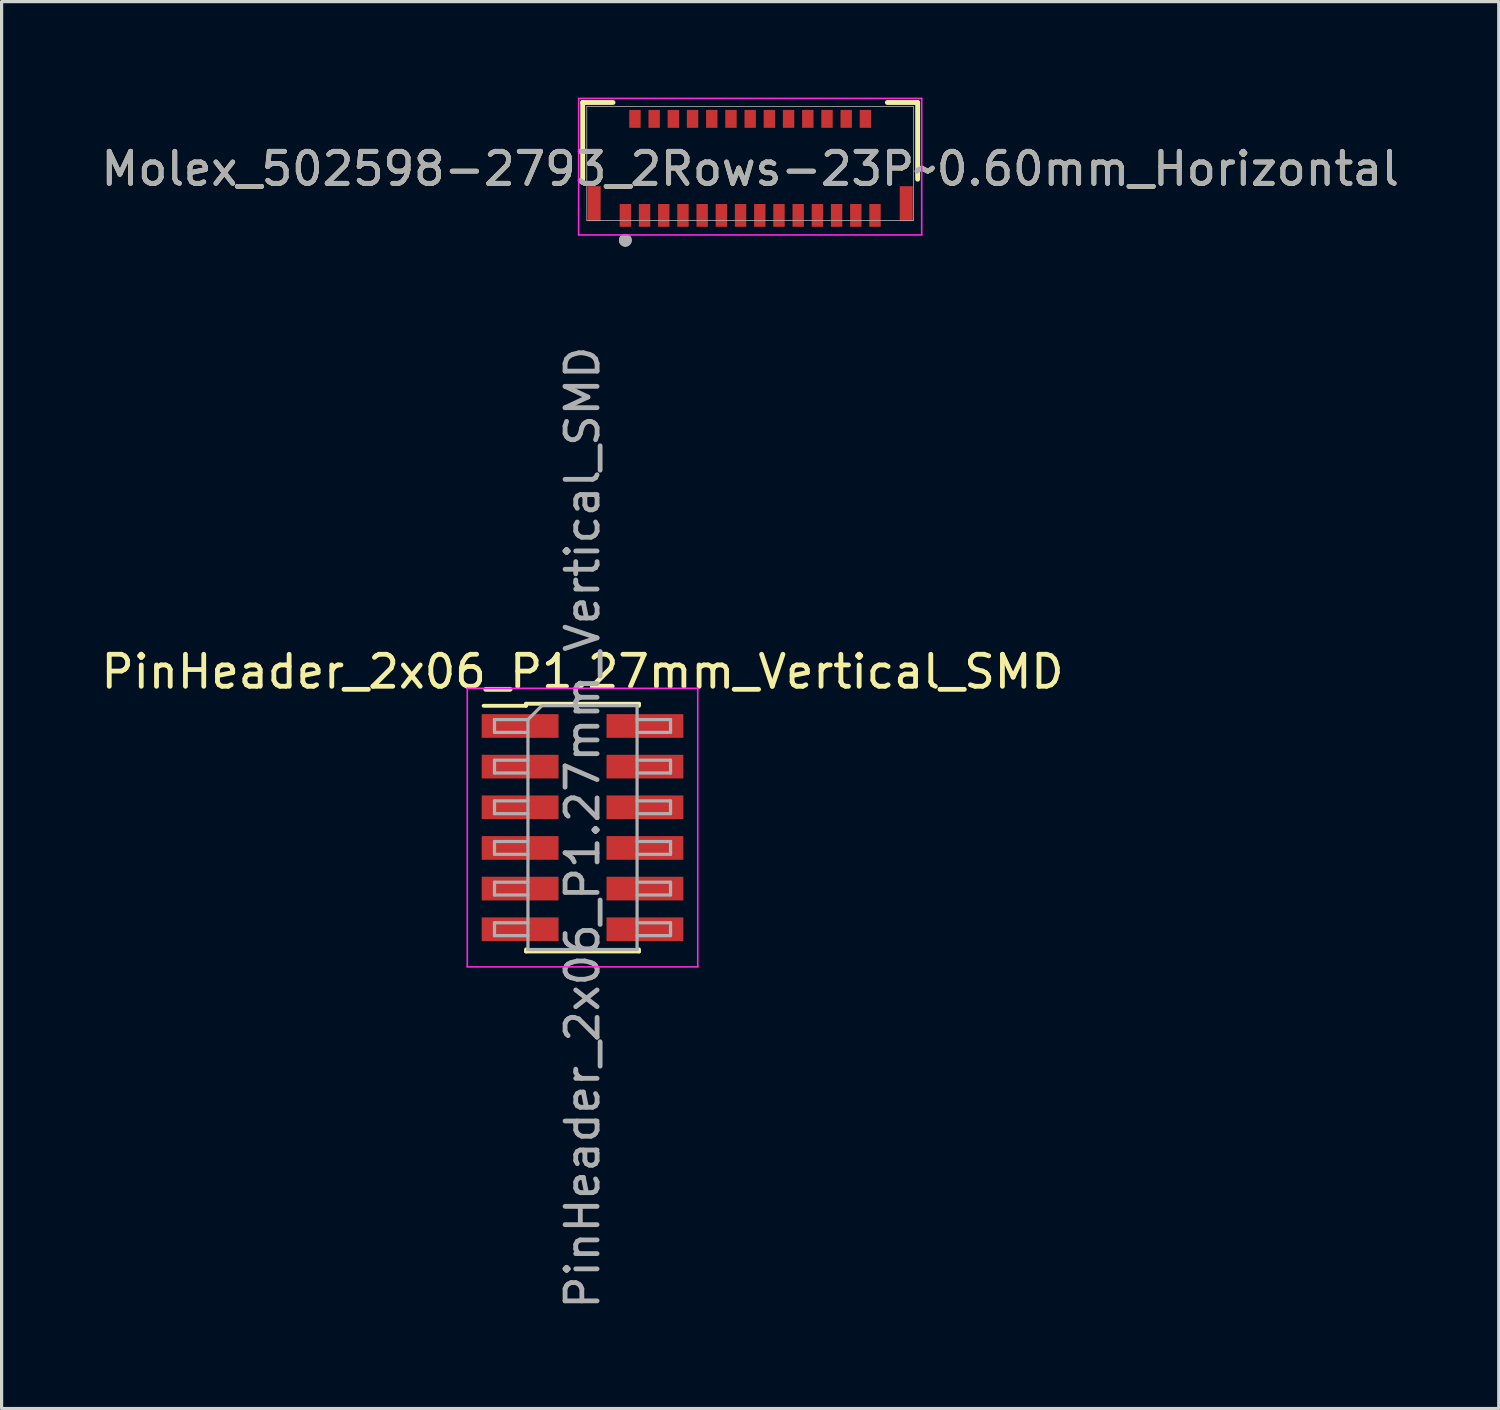
<source format=kicad_pcb>
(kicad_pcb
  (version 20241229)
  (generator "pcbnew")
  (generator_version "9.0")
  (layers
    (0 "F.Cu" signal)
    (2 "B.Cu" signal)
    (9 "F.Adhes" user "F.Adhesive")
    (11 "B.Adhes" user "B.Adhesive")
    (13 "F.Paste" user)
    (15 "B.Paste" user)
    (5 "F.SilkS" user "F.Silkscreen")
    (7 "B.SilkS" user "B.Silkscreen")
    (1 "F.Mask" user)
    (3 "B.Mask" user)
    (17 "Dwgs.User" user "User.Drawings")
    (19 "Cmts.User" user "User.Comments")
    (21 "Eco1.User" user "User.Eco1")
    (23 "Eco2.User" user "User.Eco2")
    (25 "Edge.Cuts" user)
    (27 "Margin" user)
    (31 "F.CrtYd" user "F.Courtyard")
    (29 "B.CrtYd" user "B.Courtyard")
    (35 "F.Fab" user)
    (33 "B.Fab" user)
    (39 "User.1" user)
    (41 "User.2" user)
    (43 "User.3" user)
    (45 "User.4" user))
  (footprint "Molex_502598-2793_2Rows-23P~0.60mm_Horizontal"
    (layer "F.Cu")
    (at 20.387 2.057)
    (property "Reference" "Molex_502598-2793_2Rows-23P~0.60mm_Horizontal" (at 0 0.166 0) (unlocked yes) (layer "F.SilkS") (effects (font (size 1 1) (thickness 0.15))))
    (attr smd)
    (fp_line (start -5.232 -1.905) (end -5.232 0.491) (stroke (width 0.152) (type solid)) (layer "F.SilkS"))
    (fp_line (start -4.286 -1.905) (end -5.232 -1.905) (stroke (width 0.152) (type solid)) (layer "F.SilkS"))
    (fp_line (start 5.232 -1.905) (end 4.286 -1.905) (stroke (width 0.152) (type solid)) (layer "F.SilkS"))
    (fp_line (start 5.232 0.491) (end 5.232 -1.905) (stroke (width 0.152) (type solid)) (layer "F.SilkS"))
    (fp_circle (center -3.9 2.4) (end -3.8 2.4) (stroke (width 0.2) (type solid)) (fill no) (layer "F.SilkS"))
    (fp_line (start -5.359 -2.032) (end -5.359 2.232) (stroke (width 0.05) (type solid)) (layer "F.CrtYd"))
    (fp_line (start -5.359 2.232) (end 5.359 2.232) (stroke (width 0.05) (type solid)) (layer "F.CrtYd"))
    (fp_line (start 5.359 -2.032) (end -5.359 -2.032) (stroke (width 0.05) (type solid)) (layer "F.CrtYd"))
    (fp_line (start 5.359 2.232) (end 5.359 -2.032) (stroke (width 0.05) (type solid)) (layer "F.CrtYd"))
    (fp_line (start -5.105 -1.778) (end -5.105 1.778) (stroke (width 0.025) (type solid)) (layer "F.Fab"))
    (fp_line (start -5.105 1.778) (end 5.105 1.778) (stroke (width 0.025) (type solid)) (layer "F.Fab"))
    (fp_line (start 5.105 -1.778) (end -5.105 -1.778) (stroke (width 0.025) (type solid)) (layer "F.Fab"))
    (fp_line (start 5.105 1.778) (end 5.105 -1.778) (stroke (width 0.025) (type solid)) (layer "F.Fab"))
    (fp_circle (center -3.9 2.4) (end -3.8 2.4) (stroke (width 0.2) (type solid)) (fill no) (layer "F.Fab"))
    (fp_text user "${REFERENCE}" (at 0 0.166 0) (unlocked yes) (layer "F.Fab") (effects (font (size 1 1) (thickness 0.15))))
    (pad "1" smd rect (at -3.9 1.622) (size 0.356 0.711) (layers "F.Cu" "F.Mask" "F.Paste"))
    (pad "2" smd rect (at -3.6 -1.393) (size 0.356 0.559) (layers "F.Cu" "F.Mask" "F.Paste"))
    (pad "3" smd rect (at -3.3 1.622) (size 0.356 0.711) (layers "F.Cu" "F.Mask" "F.Paste"))
    (pad "4" smd rect (at -3 -1.393) (size 0.356 0.559) (layers "F.Cu" "F.Mask" "F.Paste"))
    (pad "5" smd rect (at -2.7 1.622) (size 0.356 0.711) (layers "F.Cu" "F.Mask" "F.Paste"))
    (pad "6" smd rect (at -2.4 -1.393) (size 0.356 0.559) (layers "F.Cu" "F.Mask" "F.Paste"))
    (pad "7" smd rect (at -2.1 1.622) (size 0.356 0.711) (layers "F.Cu" "F.Mask" "F.Paste"))
    (pad "8" smd rect (at -1.8 -1.393) (size 0.356 0.559) (layers "F.Cu" "F.Mask" "F.Paste"))
    (pad "9" smd rect (at -1.5 1.622) (size 0.356 0.711) (layers "F.Cu" "F.Mask" "F.Paste"))
    (pad "10" smd rect (at -1.2 -1.393) (size 0.356 0.559) (layers "F.Cu" "F.Mask" "F.Paste"))
    (pad "11" smd rect (at -0.9 1.622) (size 0.356 0.711) (layers "F.Cu" "F.Mask" "F.Paste"))
    (pad "12" smd rect (at -0.6 -1.393) (size 0.356 0.559) (layers "F.Cu" "F.Mask" "F.Paste"))
    (pad "13" smd rect (at -0.3 1.622) (size 0.356 0.711) (layers "F.Cu" "F.Mask" "F.Paste"))
    (pad "14" smd rect (at 0 -1.393) (size 0.356 0.559) (layers "F.Cu" "F.Mask" "F.Paste"))
    (pad "15" smd rect (at 0.3 1.622) (size 0.356 0.711) (layers "F.Cu" "F.Mask" "F.Paste"))
    (pad "16" smd rect (at 0.6 -1.393) (size 0.356 0.559) (layers "F.Cu" "F.Mask" "F.Paste"))
    (pad "17" smd rect (at 0.9 1.622) (size 0.356 0.711) (layers "F.Cu" "F.Mask" "F.Paste"))
    (pad "18" smd rect (at 1.2 -1.393) (size 0.356 0.559) (layers "F.Cu" "F.Mask" "F.Paste"))
    (pad "19" smd rect (at 1.5 1.622) (size 0.356 0.711) (layers "F.Cu" "F.Mask" "F.Paste"))
    (pad "20" smd rect (at 1.8 -1.393) (size 0.356 0.559) (layers "F.Cu" "F.Mask" "F.Paste"))
    (pad "21" smd rect (at 2.1 1.622) (size 0.356 0.711) (layers "F.Cu" "F.Mask" "F.Paste"))
    (pad "22" smd rect (at 2.4 -1.393) (size 0.356 0.559) (layers "F.Cu" "F.Mask" "F.Paste"))
    (pad "23" smd rect (at 2.7 1.622) (size 0.356 0.711) (layers "F.Cu" "F.Mask" "F.Paste"))
    (pad "24" smd rect (at 3 -1.393) (size 0.356 0.559) (layers "F.Cu" "F.Mask" "F.Paste"))
    (pad "25" smd rect (at 3.3 1.622) (size 0.356 0.711) (layers "F.Cu" "F.Mask" "F.Paste"))
    (pad "26" smd rect (at 3.6 -1.393) (size 0.356 0.559) (layers "F.Cu" "F.Mask" "F.Paste"))
    (pad "27" smd rect (at 3.9 1.622) (size 0.356 0.711) (layers "F.Cu" "F.Mask" "F.Paste"))
    (pad "MP" smd rect (at -4.875 1.256) (size 0.406 1.092) (layers "F.Cu" "F.Mask" "F.Paste"))
    (pad "MP" smd rect (at 4.875 1.256) (size 0.406 1.092) (layers "F.Cu" "F.Mask" "F.Paste")))
  (footprint "PinHeader_2x06_P1.27mm_Vertical_SMD"
    (layer "F.Cu")
    (at 15.149 22.806)
    (property "Reference" "PinHeader_2x06_P1.27mm_Vertical_SMD" (at 0 -4.87 0) (layer "F.SilkS") (effects (font (size 1 1) (thickness 0.15))))
    (attr smd)
    (fp_line (start -3.09 -3.805) (end -1.765 -3.805) (stroke (width 0.12) (type solid)) (layer "F.SilkS"))
    (fp_line (start -1.765 -3.87) (end -1.765 -3.805) (stroke (width 0.12) (type solid)) (layer "F.SilkS"))
    (fp_line (start -1.765 -3.87) (end 1.765 -3.87) (stroke (width 0.12) (type solid)) (layer "F.SilkS"))
    (fp_line (start -1.765 3.805) (end -1.765 3.87) (stroke (width 0.12) (type solid)) (layer "F.SilkS"))
    (fp_line (start -1.765 3.87) (end 1.765 3.87) (stroke (width 0.12) (type solid)) (layer "F.SilkS"))
    (fp_line (start 1.765 -3.87) (end 1.765 -3.805) (stroke (width 0.12) (type solid)) (layer "F.SilkS"))
    (fp_line (start 1.765 3.805) (end 1.765 3.87) (stroke (width 0.12) (type solid)) (layer "F.SilkS"))
    (fp_line (start -3.6 -4.35) (end -3.6 4.35) (stroke (width 0.05) (type solid)) (layer "F.CrtYd"))
    (fp_line (start -3.6 4.35) (end 3.6 4.35) (stroke (width 0.05) (type solid)) (layer "F.CrtYd"))
    (fp_line (start 3.6 -4.35) (end -3.6 -4.35) (stroke (width 0.05) (type solid)) (layer "F.CrtYd"))
    (fp_line (start 3.6 4.35) (end 3.6 -4.35) (stroke (width 0.05) (type solid)) (layer "F.CrtYd"))
    (fp_line (start -2.75 -3.375) (end -2.75 -2.975) (stroke (width 0.1) (type solid)) (layer "F.Fab"))
    (fp_line (start -2.75 -2.975) (end -1.705 -2.975) (stroke (width 0.1) (type solid)) (layer "F.Fab"))
    (fp_line (start -2.75 -2.105) (end -2.75 -1.705) (stroke (width 0.1) (type solid)) (layer "F.Fab"))
    (fp_line (start -2.75 -1.705) (end -1.705 -1.705) (stroke (width 0.1) (type solid)) (layer "F.Fab"))
    (fp_line (start -2.75 -0.835) (end -2.75 -0.435) (stroke (width 0.1) (type solid)) (layer "F.Fab"))
    (fp_line (start -2.75 -0.435) (end -1.705 -0.435) (stroke (width 0.1) (type solid)) (layer "F.Fab"))
    (fp_line (start -2.75 0.435) (end -2.75 0.835) (stroke (width 0.1) (type solid)) (layer "F.Fab"))
    (fp_line (start -2.75 0.835) (end -1.705 0.835) (stroke (width 0.1) (type solid)) (layer "F.Fab"))
    (fp_line (start -2.75 1.705) (end -2.75 2.105) (stroke (width 0.1) (type solid)) (layer "F.Fab"))
    (fp_line (start -2.75 2.105) (end -1.705 2.105) (stroke (width 0.1) (type solid)) (layer "F.Fab"))
    (fp_line (start -2.75 2.975) (end -2.75 3.375) (stroke (width 0.1) (type solid)) (layer "F.Fab"))
    (fp_line (start -2.75 3.375) (end -1.705 3.375) (stroke (width 0.1) (type solid)) (layer "F.Fab"))
    (fp_line (start -1.705 -3.375) (end -2.75 -3.375) (stroke (width 0.1) (type solid)) (layer "F.Fab"))
    (fp_line (start -1.705 -3.375) (end -1.27 -3.81) (stroke (width 0.1) (type solid)) (layer "F.Fab"))
    (fp_line (start -1.705 -2.105) (end -2.75 -2.105) (stroke (width 0.1) (type solid)) (layer "F.Fab"))
    (fp_line (start -1.705 -0.835) (end -2.75 -0.835) (stroke (width 0.1) (type solid)) (layer "F.Fab"))
    (fp_line (start -1.705 0.435) (end -2.75 0.435) (stroke (width 0.1) (type solid)) (layer "F.Fab"))
    (fp_line (start -1.705 1.705) (end -2.75 1.705) (stroke (width 0.1) (type solid)) (layer "F.Fab"))
    (fp_line (start -1.705 2.975) (end -2.75 2.975) (stroke (width 0.1) (type solid)) (layer "F.Fab"))
    (fp_line (start -1.705 3.81) (end -1.705 -3.375) (stroke (width 0.1) (type solid)) (layer "F.Fab"))
    (fp_line (start -1.27 -3.81) (end 1.705 -3.81) (stroke (width 0.1) (type solid)) (layer "F.Fab"))
    (fp_line (start 1.705 -3.81) (end 1.705 3.81) (stroke (width 0.1) (type solid)) (layer "F.Fab"))
    (fp_line (start 1.705 -3.375) (end 2.75 -3.375) (stroke (width 0.1) (type solid)) (layer "F.Fab"))
    (fp_line (start 1.705 -2.105) (end 2.75 -2.105) (stroke (width 0.1) (type solid)) (layer "F.Fab"))
    (fp_line (start 1.705 -0.835) (end 2.75 -0.835) (stroke (width 0.1) (type solid)) (layer "F.Fab"))
    (fp_line (start 1.705 0.435) (end 2.75 0.435) (stroke (width 0.1) (type solid)) (layer "F.Fab"))
    (fp_line (start 1.705 1.705) (end 2.75 1.705) (stroke (width 0.1) (type solid)) (layer "F.Fab"))
    (fp_line (start 1.705 2.975) (end 2.75 2.975) (stroke (width 0.1) (type solid)) (layer "F.Fab"))
    (fp_line (start 1.705 3.81) (end -1.705 3.81) (stroke (width 0.1) (type solid)) (layer "F.Fab"))
    (fp_line (start 2.75 -3.375) (end 2.75 -2.975) (stroke (width 0.1) (type solid)) (layer "F.Fab"))
    (fp_line (start 2.75 -2.975) (end 1.705 -2.975) (stroke (width 0.1) (type solid)) (layer "F.Fab"))
    (fp_line (start 2.75 -2.105) (end 2.75 -1.705) (stroke (width 0.1) (type solid)) (layer "F.Fab"))
    (fp_line (start 2.75 -1.705) (end 1.705 -1.705) (stroke (width 0.1) (type solid)) (layer "F.Fab"))
    (fp_line (start 2.75 -0.835) (end 2.75 -0.435) (stroke (width 0.1) (type solid)) (layer "F.Fab"))
    (fp_line (start 2.75 -0.435) (end 1.705 -0.435) (stroke (width 0.1) (type solid)) (layer "F.Fab"))
    (fp_line (start 2.75 0.435) (end 2.75 0.835) (stroke (width 0.1) (type solid)) (layer "F.Fab"))
    (fp_line (start 2.75 0.835) (end 1.705 0.835) (stroke (width 0.1) (type solid)) (layer "F.Fab"))
    (fp_line (start 2.75 1.705) (end 2.75 2.105) (stroke (width 0.1) (type solid)) (layer "F.Fab"))
    (fp_line (start 2.75 2.105) (end 1.705 2.105) (stroke (width 0.1) (type solid)) (layer "F.Fab"))
    (fp_line (start 2.75 2.975) (end 2.75 3.375) (stroke (width 0.1) (type solid)) (layer "F.Fab"))
    (fp_line (start 2.75 3.375) (end 1.705 3.375) (stroke (width 0.1) (type solid)) (layer "F.Fab"))
    (fp_text user "${REFERENCE}" (at 0 0 90) (layer "F.Fab") (effects (font (size 1 1) (thickness 0.15))))
    (pad "1" smd rect (at -1.95 -3.175) (size 2.4 0.74) (layers "F.Cu" "F.Mask" "F.Paste"))
    (pad "2" smd rect (at 1.95 -3.175) (size 2.4 0.74) (layers "F.Cu" "F.Mask" "F.Paste"))
    (pad "3" smd rect (at -1.95 -1.905) (size 2.4 0.74) (layers "F.Cu" "F.Mask" "F.Paste"))
    (pad "4" smd rect (at 1.95 -1.905) (size 2.4 0.74) (layers "F.Cu" "F.Mask" "F.Paste"))
    (pad "5" smd rect (at -1.95 -0.635) (size 2.4 0.74) (layers "F.Cu" "F.Mask" "F.Paste"))
    (pad "6" smd rect (at 1.95 -0.635) (size 2.4 0.74) (layers "F.Cu" "F.Mask" "F.Paste"))
    (pad "7" smd rect (at -1.95 0.635) (size 2.4 0.74) (layers "F.Cu" "F.Mask" "F.Paste"))
    (pad "8" smd rect (at 1.95 0.635) (size 2.4 0.74) (layers "F.Cu" "F.Mask" "F.Paste"))
    (pad "9" smd rect (at -1.95 1.905) (size 2.4 0.74) (layers "F.Cu" "F.Mask" "F.Paste"))
    (pad "10" smd rect (at 1.95 1.905) (size 2.4 0.74) (layers "F.Cu" "F.Mask" "F.Paste"))
    (pad "11" smd rect (at -1.95 3.175) (size 2.4 0.74) (layers "F.Cu" "F.Mask" "F.Paste"))
    (pad "12" smd rect (at 1.95 3.175) (size 2.4 0.74) (layers "F.Cu" "F.Mask" "F.Paste")))
  (gr_rect
    (start -3 -3)
    (end 43.774 40.955)
    (stroke (width 0.1) (type default))
    (fill no)
    (layer "Edge.Cuts")))
</source>
